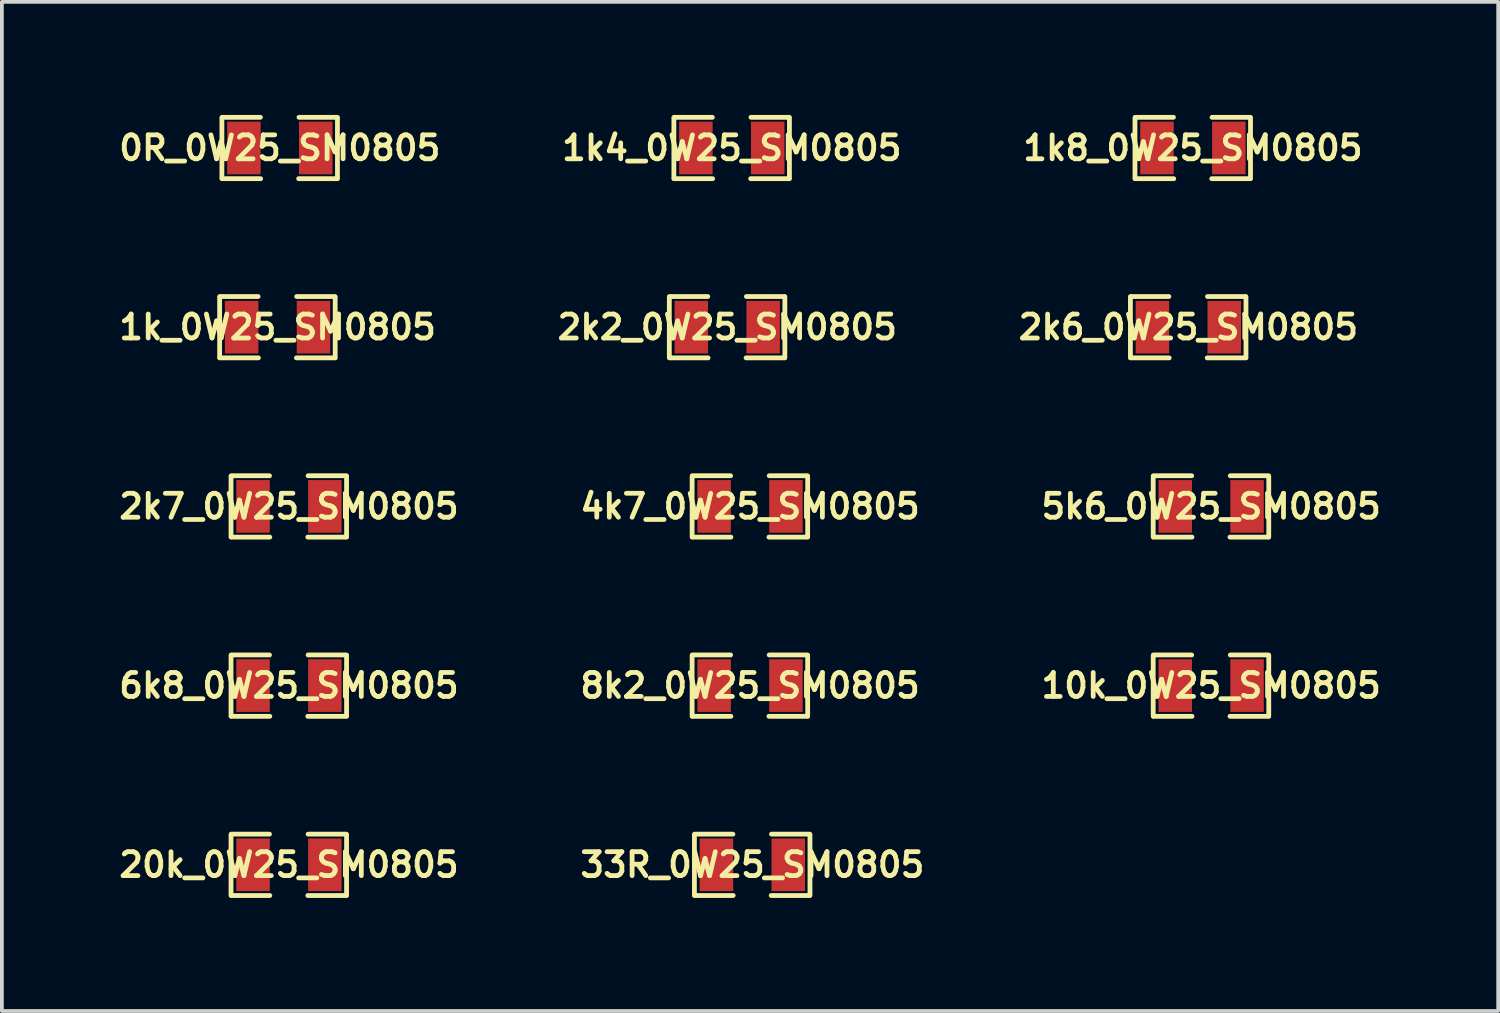
<source format=kicad_pcb>
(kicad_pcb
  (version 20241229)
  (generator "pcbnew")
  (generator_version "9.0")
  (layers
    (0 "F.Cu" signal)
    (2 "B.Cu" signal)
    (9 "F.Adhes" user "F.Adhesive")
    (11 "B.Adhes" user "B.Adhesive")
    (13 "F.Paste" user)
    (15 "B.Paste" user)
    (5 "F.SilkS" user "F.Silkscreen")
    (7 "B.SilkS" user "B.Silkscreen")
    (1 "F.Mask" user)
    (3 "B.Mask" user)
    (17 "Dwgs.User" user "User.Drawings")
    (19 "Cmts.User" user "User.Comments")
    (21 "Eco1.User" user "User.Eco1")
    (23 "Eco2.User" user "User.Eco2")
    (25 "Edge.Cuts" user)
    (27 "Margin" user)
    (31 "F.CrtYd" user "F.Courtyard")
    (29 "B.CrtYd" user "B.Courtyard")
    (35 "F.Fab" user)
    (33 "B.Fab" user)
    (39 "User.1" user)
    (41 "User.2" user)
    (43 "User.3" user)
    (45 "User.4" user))
  (footprint "1k8_0W25_SM0805"
    (layer "F.Cu")
    (at 28.603 0.876)
    (property "Reference" "1k8_0W25_SM0805" (at 0 0 0) (layer "F.SilkS") (effects (font (size 0.635 0.635) (thickness 0.127))))
    (attr smd)
    (fp_line (start -1.537 0.81) (end -1.537 -0.8) (stroke (width 0.127) (type solid)) (layer "F.SilkS"))
    (fp_line (start -1.532 0.815) (end -0.508 0.815) (stroke (width 0.127) (type solid)) (layer "F.SilkS"))
    (fp_line (start -0.516 -0.813) (end -1.532 -0.813) (stroke (width 0.127) (type solid)) (layer "F.SilkS"))
    (fp_line (start 0.508 -0.813) (end 1.524 -0.813) (stroke (width 0.127) (type solid)) (layer "F.SilkS"))
    (fp_line (start 1.524 0.815) (end 0.5 0.815) (stroke (width 0.127) (type solid)) (layer "F.SilkS"))
    (fp_line (start 1.529 0.81) (end 1.529 -0.8) (stroke (width 0.127) (type solid)) (layer "F.SilkS"))
    (pad "1" smd rect (at -0.953 0) (size 0.889 1.397) (layers "F.Cu" "F.Mask" "F.Paste"))
    (pad "2" smd rect (at 0.953 0) (size 0.889 1.397) (layers "F.Cu" "F.Mask" "F.Paste")))
  (footprint "2k6_0W25_SM0805"
    (layer "F.Cu")
    (at 28.482 5.631)
    (property "Reference" "2k6_0W25_SM0805" (at 0 0 0) (layer "F.SilkS") (effects (font (size 0.635 0.635) (thickness 0.127))))
    (attr smd)
    (fp_line (start -1.537 0.81) (end -1.537 -0.8) (stroke (width 0.127) (type solid)) (layer "F.SilkS"))
    (fp_line (start -1.532 0.815) (end -0.508 0.815) (stroke (width 0.127) (type solid)) (layer "F.SilkS"))
    (fp_line (start -0.516 -0.813) (end -1.532 -0.813) (stroke (width 0.127) (type solid)) (layer "F.SilkS"))
    (fp_line (start 0.508 -0.813) (end 1.524 -0.813) (stroke (width 0.127) (type solid)) (layer "F.SilkS"))
    (fp_line (start 1.524 0.815) (end 0.5 0.815) (stroke (width 0.127) (type solid)) (layer "F.SilkS"))
    (fp_line (start 1.529 0.81) (end 1.529 -0.8) (stroke (width 0.127) (type solid)) (layer "F.SilkS"))
    (pad "1" smd rect (at -0.953 0) (size 0.889 1.397) (layers "F.Cu" "F.Mask" "F.Paste"))
    (pad "2" smd rect (at 0.953 0) (size 0.889 1.397) (layers "F.Cu" "F.Mask" "F.Paste")))
  (footprint "0R_0W25_SM0805"
    (layer "F.Cu")
    (at 4.375 0.876)
    (property "Reference" "0R_0W25_SM0805" (at 0 0 0) (layer "F.SilkS") (effects (font (size 0.635 0.635) (thickness 0.127))))
    (attr smd)
    (fp_line (start -1.537 0.81) (end -1.537 -0.8) (stroke (width 0.127) (type solid)) (layer "F.SilkS"))
    (fp_line (start -1.532 0.815) (end -0.508 0.815) (stroke (width 0.127) (type solid)) (layer "F.SilkS"))
    (fp_line (start -0.516 -0.813) (end -1.532 -0.813) (stroke (width 0.127) (type solid)) (layer "F.SilkS"))
    (fp_line (start 0.508 -0.813) (end 1.524 -0.813) (stroke (width 0.127) (type solid)) (layer "F.SilkS"))
    (fp_line (start 1.524 0.815) (end 0.5 0.815) (stroke (width 0.127) (type solid)) (layer "F.SilkS"))
    (fp_line (start 1.529 0.81) (end 1.529 -0.8) (stroke (width 0.127) (type solid)) (layer "F.SilkS"))
    (pad "1" smd rect (at -0.953 0) (size 0.889 1.397) (layers "F.Cu" "F.Mask" "F.Paste"))
    (pad "2" smd rect (at 0.953 0) (size 0.889 1.397) (layers "F.Cu" "F.Mask" "F.Paste")))
  (footprint "1k4_0W25_SM0805"
    (layer "F.Cu")
    (at 16.368 0.876)
    (property "Reference" "1k4_0W25_SM0805" (at 0 0 0) (layer "F.SilkS") (effects (font (size 0.635 0.635) (thickness 0.127))))
    (attr smd)
    (fp_line (start -1.537 0.81) (end -1.537 -0.8) (stroke (width 0.127) (type solid)) (layer "F.SilkS"))
    (fp_line (start -1.532 0.815) (end -0.508 0.815) (stroke (width 0.127) (type solid)) (layer "F.SilkS"))
    (fp_line (start -0.516 -0.813) (end -1.532 -0.813) (stroke (width 0.127) (type solid)) (layer "F.SilkS"))
    (fp_line (start 0.508 -0.813) (end 1.524 -0.813) (stroke (width 0.127) (type solid)) (layer "F.SilkS"))
    (fp_line (start 1.524 0.815) (end 0.5 0.815) (stroke (width 0.127) (type solid)) (layer "F.SilkS"))
    (fp_line (start 1.529 0.81) (end 1.529 -0.8) (stroke (width 0.127) (type solid)) (layer "F.SilkS"))
    (pad "1" smd rect (at -0.953 0) (size 0.889 1.397) (layers "F.Cu" "F.Mask" "F.Paste"))
    (pad "2" smd rect (at 0.953 0) (size 0.889 1.397) (layers "F.Cu" "F.Mask" "F.Paste")))
  (footprint "1k_0W25_SM0805"
    (layer "F.Cu")
    (at 4.315 5.631)
    (property "Reference" "1k_0W25_SM0805" (at 0 0 0) (layer "F.SilkS") (effects (font (size 0.635 0.635) (thickness 0.127))))
    (attr smd)
    (fp_line (start -1.537 0.81) (end -1.537 -0.8) (stroke (width 0.127) (type solid)) (layer "F.SilkS"))
    (fp_line (start -1.532 0.815) (end -0.508 0.815) (stroke (width 0.127) (type solid)) (layer "F.SilkS"))
    (fp_line (start -0.516 -0.813) (end -1.532 -0.813) (stroke (width 0.127) (type solid)) (layer "F.SilkS"))
    (fp_line (start 0.508 -0.813) (end 1.524 -0.813) (stroke (width 0.127) (type solid)) (layer "F.SilkS"))
    (fp_line (start 1.524 0.815) (end 0.5 0.815) (stroke (width 0.127) (type solid)) (layer "F.SilkS"))
    (fp_line (start 1.529 0.81) (end 1.529 -0.8) (stroke (width 0.127) (type solid)) (layer "F.SilkS"))
    (pad "1" smd rect (at -0.953 0) (size 0.889 1.397) (layers "F.Cu" "F.Mask" "F.Paste"))
    (pad "2" smd rect (at 0.953 0) (size 0.889 1.397) (layers "F.Cu" "F.Mask" "F.Paste")))
  (footprint "6k8_0W25_SM0805"
    (layer "F.Cu")
    (at 4.617 15.142)
    (property "Reference" "6k8_0W25_SM0805" (at 0 0 0) (layer "F.SilkS") (effects (font (size 0.635 0.635) (thickness 0.127))))
    (attr smd)
    (fp_line (start -1.537 0.81) (end -1.537 -0.8) (stroke (width 0.127) (type solid)) (layer "F.SilkS"))
    (fp_line (start -1.532 0.815) (end -0.508 0.815) (stroke (width 0.127) (type solid)) (layer "F.SilkS"))
    (fp_line (start -0.516 -0.813) (end -1.532 -0.813) (stroke (width 0.127) (type solid)) (layer "F.SilkS"))
    (fp_line (start 0.508 -0.813) (end 1.524 -0.813) (stroke (width 0.127) (type solid)) (layer "F.SilkS"))
    (fp_line (start 1.524 0.815) (end 0.5 0.815) (stroke (width 0.127) (type solid)) (layer "F.SilkS"))
    (fp_line (start 1.529 0.81) (end 1.529 -0.8) (stroke (width 0.127) (type solid)) (layer "F.SilkS"))
    (pad "1" smd rect (at -0.953 0) (size 0.889 1.397) (layers "F.Cu" "F.Mask" "F.Paste"))
    (pad "2" smd rect (at 0.953 0) (size 0.889 1.397) (layers "F.Cu" "F.Mask" "F.Paste")))
  (footprint "4k7_0W25_SM0805"
    (layer "F.Cu")
    (at 16.852 10.387)
    (property "Reference" "4k7_0W25_SM0805" (at 0 0 0) (layer "F.SilkS") (effects (font (size 0.635 0.635) (thickness 0.127))))
    (attr smd)
    (fp_line (start -1.537 0.81) (end -1.537 -0.8) (stroke (width 0.127) (type solid)) (layer "F.SilkS"))
    (fp_line (start -1.532 0.815) (end -0.508 0.815) (stroke (width 0.127) (type solid)) (layer "F.SilkS"))
    (fp_line (start -0.516 -0.813) (end -1.532 -0.813) (stroke (width 0.127) (type solid)) (layer "F.SilkS"))
    (fp_line (start 0.508 -0.813) (end 1.524 -0.813) (stroke (width 0.127) (type solid)) (layer "F.SilkS"))
    (fp_line (start 1.524 0.815) (end 0.5 0.815) (stroke (width 0.127) (type solid)) (layer "F.SilkS"))
    (fp_line (start 1.529 0.81) (end 1.529 -0.8) (stroke (width 0.127) (type solid)) (layer "F.SilkS"))
    (pad "1" smd rect (at -0.953 0) (size 0.889 1.397) (layers "F.Cu" "F.Mask" "F.Paste"))
    (pad "2" smd rect (at 0.953 0) (size 0.889 1.397) (layers "F.Cu" "F.Mask" "F.Paste")))
  (footprint "10k_0W25_SM0805"
    (layer "F.Cu")
    (at 29.087 15.142)
    (property "Reference" "10k_0W25_SM0805" (at 0 0 0) (layer "F.SilkS") (effects (font (size 0.635 0.635) (thickness 0.127))))
    (attr smd)
    (fp_line (start -1.537 0.81) (end -1.537 -0.8) (stroke (width 0.127) (type solid)) (layer "F.SilkS"))
    (fp_line (start -1.532 0.815) (end -0.508 0.815) (stroke (width 0.127) (type solid)) (layer "F.SilkS"))
    (fp_line (start -0.516 -0.813) (end -1.532 -0.813) (stroke (width 0.127) (type solid)) (layer "F.SilkS"))
    (fp_line (start 0.508 -0.813) (end 1.524 -0.813) (stroke (width 0.127) (type solid)) (layer "F.SilkS"))
    (fp_line (start 1.524 0.815) (end 0.5 0.815) (stroke (width 0.127) (type solid)) (layer "F.SilkS"))
    (fp_line (start 1.529 0.81) (end 1.529 -0.8) (stroke (width 0.127) (type solid)) (layer "F.SilkS"))
    (pad "1" smd rect (at -0.953 0) (size 0.889 1.397) (layers "F.Cu" "F.Mask" "F.Paste"))
    (pad "2" smd rect (at 0.953 0) (size 0.889 1.397) (layers "F.Cu" "F.Mask" "F.Paste")))
  (footprint "8k2_0W25_SM0805"
    (layer "F.Cu")
    (at 16.852 15.142)
    (property "Reference" "8k2_0W25_SM0805" (at 0 0 0) (layer "F.SilkS") (effects (font (size 0.635 0.635) (thickness 0.127))))
    (attr smd)
    (fp_line (start -1.537 0.81) (end -1.537 -0.8) (stroke (width 0.127) (type solid)) (layer "F.SilkS"))
    (fp_line (start -1.532 0.815) (end -0.508 0.815) (stroke (width 0.127) (type solid)) (layer "F.SilkS"))
    (fp_line (start -0.516 -0.813) (end -1.532 -0.813) (stroke (width 0.127) (type solid)) (layer "F.SilkS"))
    (fp_line (start 0.508 -0.813) (end 1.524 -0.813) (stroke (width 0.127) (type solid)) (layer "F.SilkS"))
    (fp_line (start 1.524 0.815) (end 0.5 0.815) (stroke (width 0.127) (type solid)) (layer "F.SilkS"))
    (fp_line (start 1.529 0.81) (end 1.529 -0.8) (stroke (width 0.127) (type solid)) (layer "F.SilkS"))
    (pad "1" smd rect (at -0.953 0) (size 0.889 1.397) (layers "F.Cu" "F.Mask" "F.Paste"))
    (pad "2" smd rect (at 0.953 0) (size 0.889 1.397) (layers "F.Cu" "F.Mask" "F.Paste")))
  (footprint "20k_0W25_SM0805"
    (layer "F.Cu")
    (at 4.617 19.897)
    (property "Reference" "20k_0W25_SM0805" (at 0 0 0) (layer "F.SilkS") (effects (font (size 0.635 0.635) (thickness 0.127))))
    (attr smd)
    (fp_line (start -1.537 0.81) (end -1.537 -0.8) (stroke (width 0.127) (type solid)) (layer "F.SilkS"))
    (fp_line (start -1.532 0.815) (end -0.508 0.815) (stroke (width 0.127) (type solid)) (layer "F.SilkS"))
    (fp_line (start -0.516 -0.813) (end -1.532 -0.813) (stroke (width 0.127) (type solid)) (layer "F.SilkS"))
    (fp_line (start 0.508 -0.813) (end 1.524 -0.813) (stroke (width 0.127) (type solid)) (layer "F.SilkS"))
    (fp_line (start 1.524 0.815) (end 0.5 0.815) (stroke (width 0.127) (type solid)) (layer "F.SilkS"))
    (fp_line (start 1.529 0.81) (end 1.529 -0.8) (stroke (width 0.127) (type solid)) (layer "F.SilkS"))
    (pad "1" smd rect (at -0.953 0) (size 0.889 1.397) (layers "F.Cu" "F.Mask" "F.Paste"))
    (pad "2" smd rect (at 0.953 0) (size 0.889 1.397) (layers "F.Cu" "F.Mask" "F.Paste")))
  (footprint "5k6_0W25_SM0805"
    (layer "F.Cu")
    (at 29.087 10.387)
    (property "Reference" "5k6_0W25_SM0805" (at 0 0 0) (layer "F.SilkS") (effects (font (size 0.635 0.635) (thickness 0.127))))
    (attr smd)
    (fp_line (start -1.537 0.81) (end -1.537 -0.8) (stroke (width 0.127) (type solid)) (layer "F.SilkS"))
    (fp_line (start -1.532 0.815) (end -0.508 0.815) (stroke (width 0.127) (type solid)) (layer "F.SilkS"))
    (fp_line (start -0.516 -0.813) (end -1.532 -0.813) (stroke (width 0.127) (type solid)) (layer "F.SilkS"))
    (fp_line (start 0.508 -0.813) (end 1.524 -0.813) (stroke (width 0.127) (type solid)) (layer "F.SilkS"))
    (fp_line (start 1.524 0.815) (end 0.5 0.815) (stroke (width 0.127) (type solid)) (layer "F.SilkS"))
    (fp_line (start 1.529 0.81) (end 1.529 -0.8) (stroke (width 0.127) (type solid)) (layer "F.SilkS"))
    (pad "1" smd rect (at -0.953 0) (size 0.889 1.397) (layers "F.Cu" "F.Mask" "F.Paste"))
    (pad "2" smd rect (at 0.953 0) (size 0.889 1.397) (layers "F.Cu" "F.Mask" "F.Paste")))
  (footprint "33R_0W25_SM0805"
    (layer "F.Cu")
    (at 16.913 19.897)
    (property "Reference" "33R_0W25_SM0805" (at 0 0 0) (layer "F.SilkS") (effects (font (size 0.635 0.635) (thickness 0.127))))
    (attr smd)
    (fp_line (start -1.537 0.81) (end -1.537 -0.8) (stroke (width 0.127) (type solid)) (layer "F.SilkS"))
    (fp_line (start -1.532 0.815) (end -0.508 0.815) (stroke (width 0.127) (type solid)) (layer "F.SilkS"))
    (fp_line (start -0.516 -0.813) (end -1.532 -0.813) (stroke (width 0.127) (type solid)) (layer "F.SilkS"))
    (fp_line (start 0.508 -0.813) (end 1.524 -0.813) (stroke (width 0.127) (type solid)) (layer "F.SilkS"))
    (fp_line (start 1.524 0.815) (end 0.5 0.815) (stroke (width 0.127) (type solid)) (layer "F.SilkS"))
    (fp_line (start 1.529 0.81) (end 1.529 -0.8) (stroke (width 0.127) (type solid)) (layer "F.SilkS"))
    (pad "1" smd rect (at -0.953 0) (size 0.889 1.397) (layers "F.Cu" "F.Mask" "F.Paste"))
    (pad "2" smd rect (at 0.953 0) (size 0.889 1.397) (layers "F.Cu" "F.Mask" "F.Paste")))
  (footprint "2k7_0W25_SM0805"
    (layer "F.Cu")
    (at 4.617 10.387)
    (property "Reference" "2k7_0W25_SM0805" (at 0 0 0) (layer "F.SilkS") (effects (font (size 0.635 0.635) (thickness 0.127))))
    (attr smd)
    (fp_line (start -1.537 0.81) (end -1.537 -0.8) (stroke (width 0.127) (type solid)) (layer "F.SilkS"))
    (fp_line (start -1.532 0.815) (end -0.508 0.815) (stroke (width 0.127) (type solid)) (layer "F.SilkS"))
    (fp_line (start -0.516 -0.813) (end -1.532 -0.813) (stroke (width 0.127) (type solid)) (layer "F.SilkS"))
    (fp_line (start 0.508 -0.813) (end 1.524 -0.813) (stroke (width 0.127) (type solid)) (layer "F.SilkS"))
    (fp_line (start 1.524 0.815) (end 0.5 0.815) (stroke (width 0.127) (type solid)) (layer "F.SilkS"))
    (fp_line (start 1.529 0.81) (end 1.529 -0.8) (stroke (width 0.127) (type solid)) (layer "F.SilkS"))
    (pad "1" smd rect (at -0.953 0) (size 0.889 1.397) (layers "F.Cu" "F.Mask" "F.Paste"))
    (pad "2" smd rect (at 0.953 0) (size 0.889 1.397) (layers "F.Cu" "F.Mask" "F.Paste")))
  (footprint "2k2_0W25_SM0805"
    (layer "F.Cu")
    (at 16.247 5.631)
    (property "Reference" "2k2_0W25_SM0805" (at 0 0 0) (layer "F.SilkS") (effects (font (size 0.635 0.635) (thickness 0.127))))
    (attr smd)
    (fp_line (start -1.537 0.81) (end -1.537 -0.8) (stroke (width 0.127) (type solid)) (layer "F.SilkS"))
    (fp_line (start -1.532 0.815) (end -0.508 0.815) (stroke (width 0.127) (type solid)) (layer "F.SilkS"))
    (fp_line (start -0.516 -0.813) (end -1.532 -0.813) (stroke (width 0.127) (type solid)) (layer "F.SilkS"))
    (fp_line (start 0.508 -0.813) (end 1.524 -0.813) (stroke (width 0.127) (type solid)) (layer "F.SilkS"))
    (fp_line (start 1.524 0.815) (end 0.5 0.815) (stroke (width 0.127) (type solid)) (layer "F.SilkS"))
    (fp_line (start 1.529 0.81) (end 1.529 -0.8) (stroke (width 0.127) (type solid)) (layer "F.SilkS"))
    (pad "1" smd rect (at -0.953 0) (size 0.889 1.397) (layers "F.Cu" "F.Mask" "F.Paste"))
    (pad "2" smd rect (at 0.953 0) (size 0.889 1.397) (layers "F.Cu" "F.Mask" "F.Paste")))
  (gr_rect
    (start -3 -3)
    (end 36.704 23.776)
    (stroke (width 0.1) (type default))
    (fill no)
    (layer "Edge.Cuts")))
</source>
